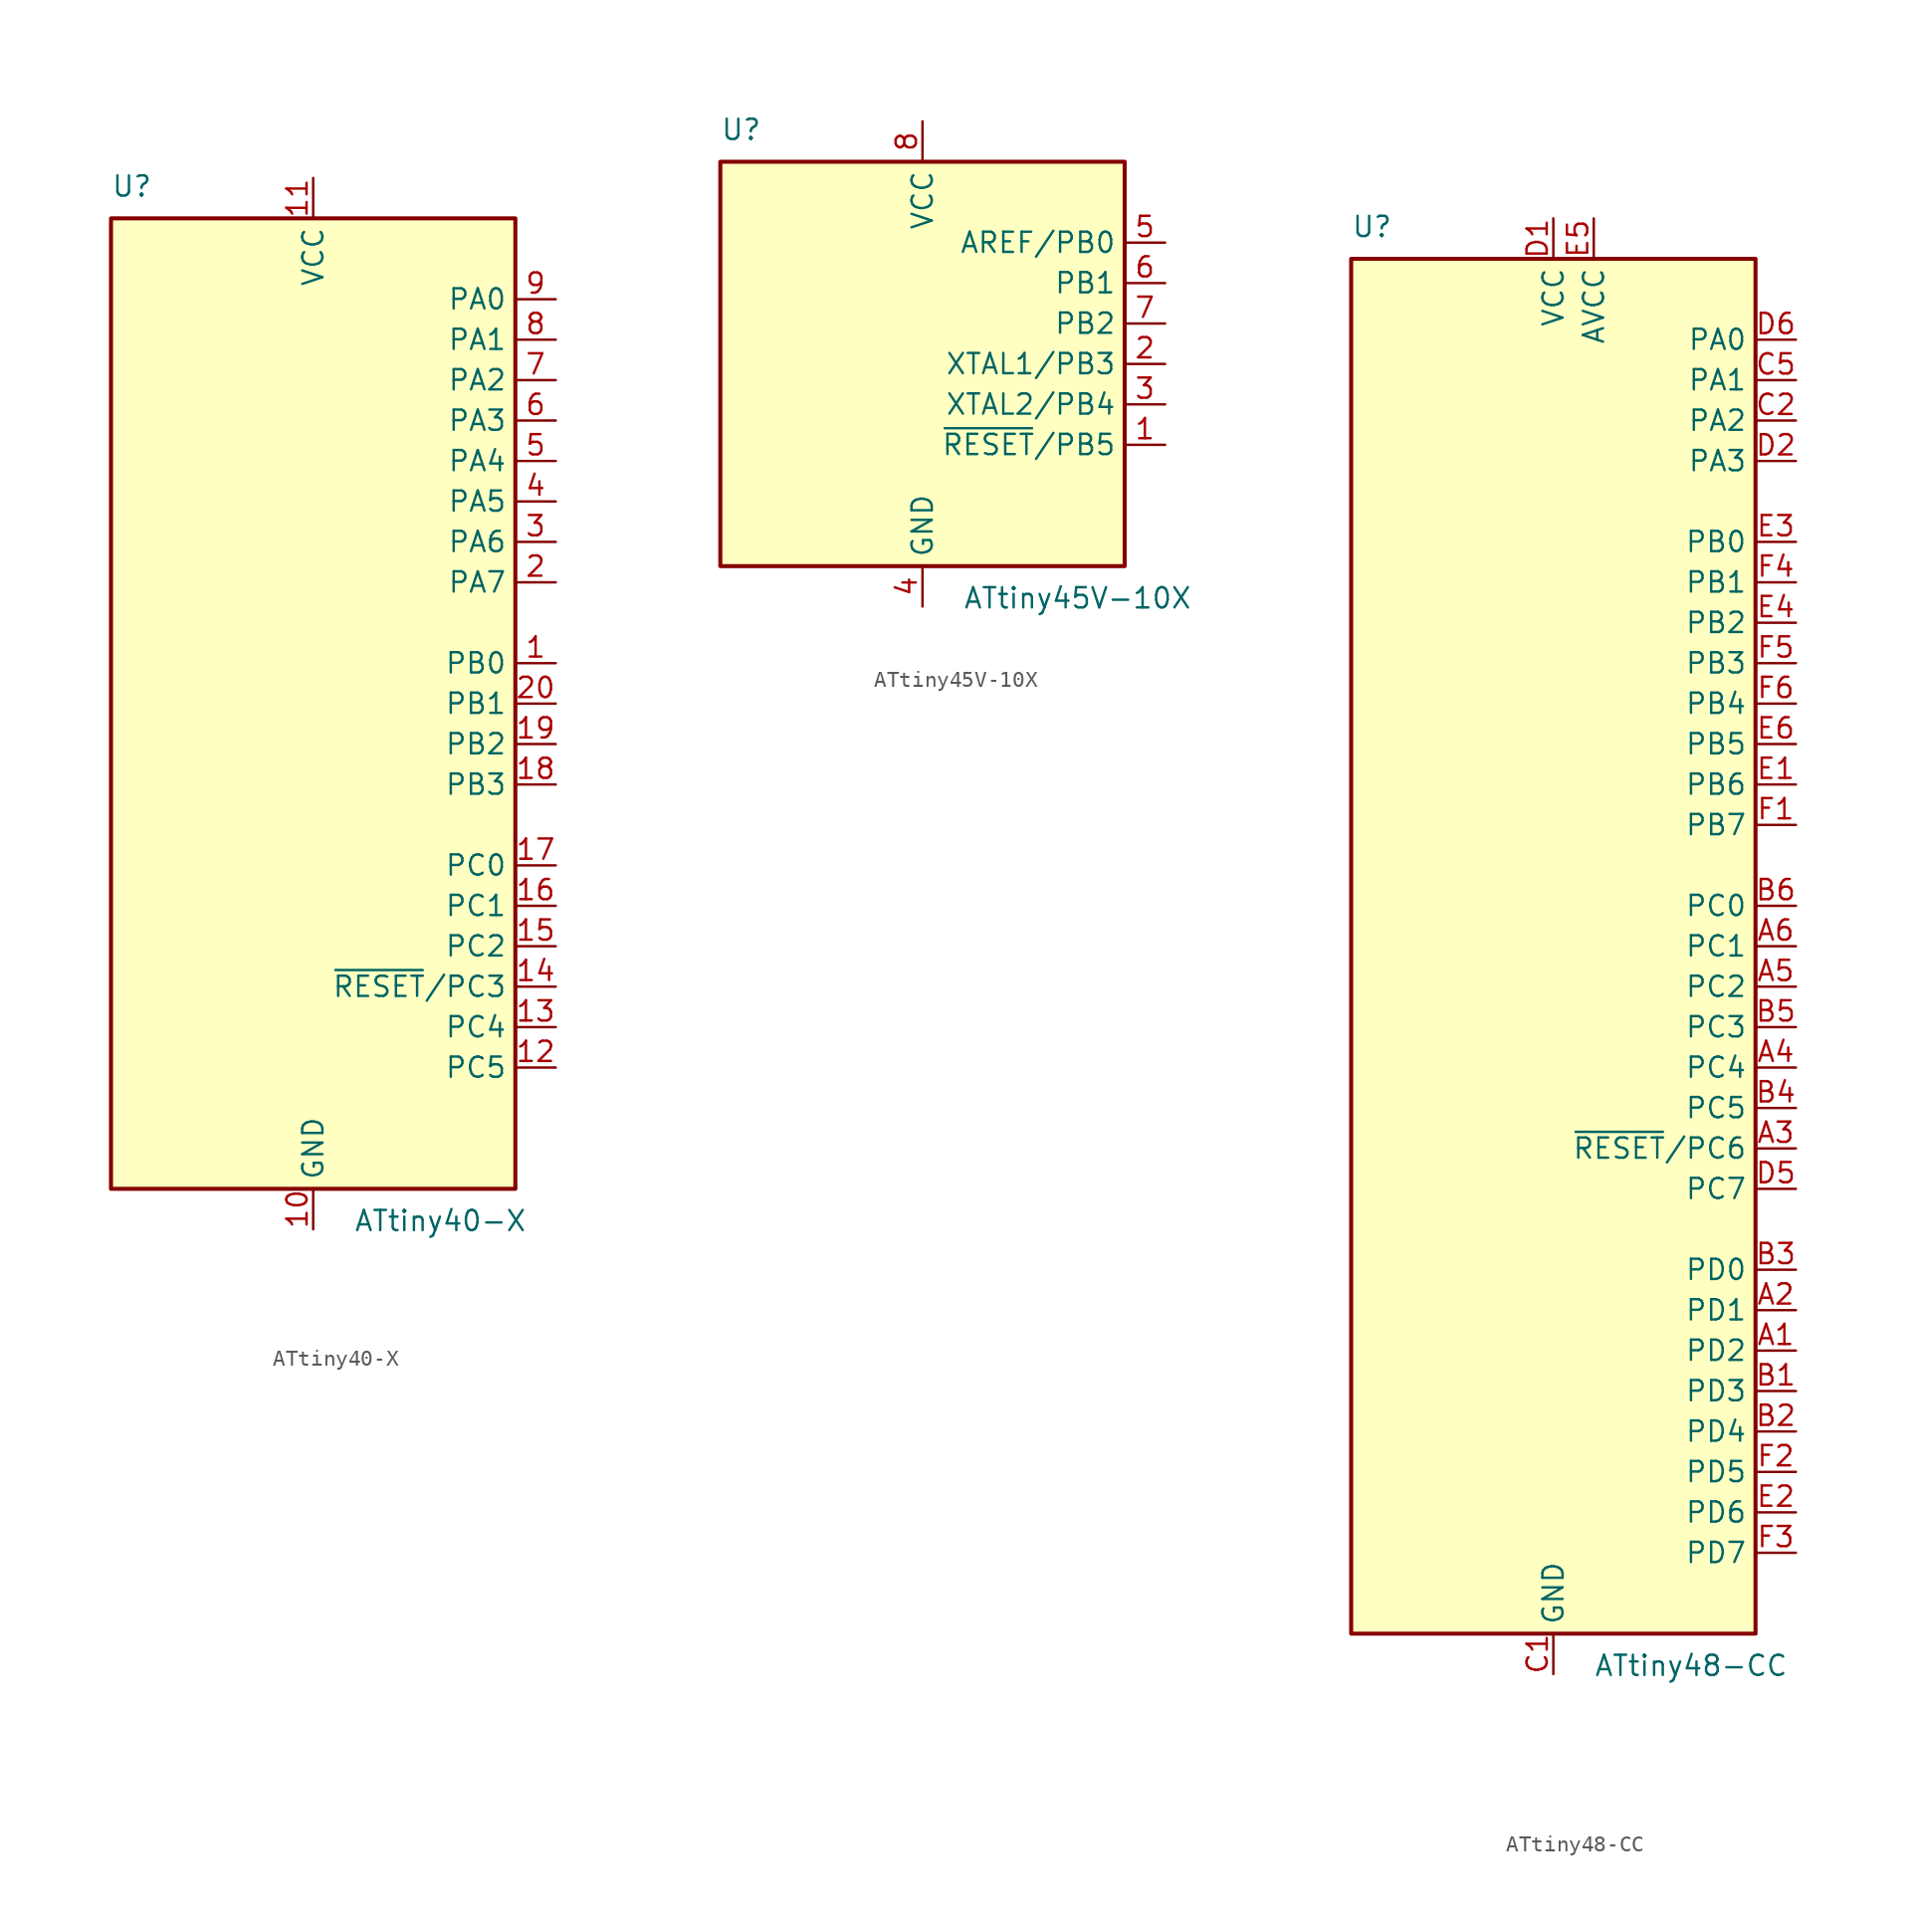
<source format=kicad_sym>
(kicad_symbol_lib
  (version 20241209)
  (generator "kicad_symbol_editor")
  (generator_version "9.0")
  (symbol "ATtiny40-X"
    (property "Reference" "U"
      (at -12.7 31.75 0)
      (effects (font (size 1.27 1.27)) (justify left bottom)))
    (property "Value" "ATtiny40-X"
      (at 2.54 -31.75 0)
      (effects (font (size 1.27 1.27)) (justify left top)))
    (symbol "ATtiny40-X_0_1"
      (rectangle (start -12.7 -30.48) (end 12.7 30.48) (stroke (width 0.254) (type default)) (fill (type background))))
    (symbol "ATtiny40-X_1_1"
      (pin power_in line (at 0 33.02 270) (length 2.54) (name "VCC" (effects (font (size 1.27 1.27)))) (number "11" (effects (font (size 1.27 1.27)))))
      (pin power_in line (at 0 -33.02 90) (length 2.54) (name "GND" (effects (font (size 1.27 1.27)))) (number "10" (effects (font (size 1.27 1.27)))))
      (pin bidirectional line (at 15.24 25.4 180) (length 2.54) (name "PA0" (effects (font (size 1.27 1.27)))) (number "9" (effects (font (size 1.27 1.27)))))
      (pin bidirectional line (at 15.24 22.86 180) (length 2.54) (name "PA1" (effects (font (size 1.27 1.27)))) (number "8" (effects (font (size 1.27 1.27)))))
      (pin bidirectional line (at 15.24 20.32 180) (length 2.54) (name "PA2" (effects (font (size 1.27 1.27)))) (number "7" (effects (font (size 1.27 1.27)))))
      (pin bidirectional line (at 15.24 17.78 180) (length 2.54) (name "PA3" (effects (font (size 1.27 1.27)))) (number "6" (effects (font (size 1.27 1.27)))))
      (pin bidirectional line (at 15.24 15.24 180) (length 2.54) (name "PA4" (effects (font (size 1.27 1.27)))) (number "5" (effects (font (size 1.27 1.27)))))
      (pin bidirectional line (at 15.24 12.7 180) (length 2.54) (name "PA5" (effects (font (size 1.27 1.27)))) (number "4" (effects (font (size 1.27 1.27)))))
      (pin bidirectional line (at 15.24 10.16 180) (length 2.54) (name "PA6" (effects (font (size 1.27 1.27)))) (number "3" (effects (font (size 1.27 1.27)))))
      (pin bidirectional line (at 15.24 7.62 180) (length 2.54) (name "PA7" (effects (font (size 1.27 1.27)))) (number "2" (effects (font (size 1.27 1.27)))))
      (pin bidirectional line (at 15.24 2.54 180) (length 2.54) (name "PB0" (effects (font (size 1.27 1.27)))) (number "1" (effects (font (size 1.27 1.27)))))
      (pin bidirectional line (at 15.24 0 180) (length 2.54) (name "PB1" (effects (font (size 1.27 1.27)))) (number "20" (effects (font (size 1.27 1.27)))))
      (pin bidirectional line (at 15.24 -2.54 180) (length 2.54) (name "PB2" (effects (font (size 1.27 1.27)))) (number "19" (effects (font (size 1.27 1.27)))))
      (pin bidirectional line (at 15.24 -5.08 180) (length 2.54) (name "PB3" (effects (font (size 1.27 1.27)))) (number "18" (effects (font (size 1.27 1.27)))))
      (pin bidirectional line (at 15.24 -10.16 180) (length 2.54) (name "PC0" (effects (font (size 1.27 1.27)))) (number "17" (effects (font (size 1.27 1.27)))))
      (pin bidirectional line (at 15.24 -12.7 180) (length 2.54) (name "PC1" (effects (font (size 1.27 1.27)))) (number "16" (effects (font (size 1.27 1.27)))))
      (pin bidirectional line (at 15.24 -15.24 180) (length 2.54) (name "PC2" (effects (font (size 1.27 1.27)))) (number "15" (effects (font (size 1.27 1.27)))))
      (pin bidirectional line (at 15.24 -17.78 180) (length 2.54) (name "~{RESET}/PC3" (effects (font (size 1.27 1.27)))) (number "14" (effects (font (size 1.27 1.27)))))
      (pin bidirectional line (at 15.24 -20.32 180) (length 2.54) (name "PC4" (effects (font (size 1.27 1.27)))) (number "13" (effects (font (size 1.27 1.27)))))
      (pin bidirectional line (at 15.24 -22.86 180) (length 2.54) (name "PC5" (effects (font (size 1.27 1.27)))) (number "12" (effects (font (size 1.27 1.27)))))))
  (symbol "ATtiny45V-10X"
    (property "Reference" "U"
      (at -12.7 13.97 0)
      (effects (font (size 1.27 1.27)) (justify left bottom)))
    (property "Value" "ATtiny45V-10X"
      (at 2.54 -13.97 0)
      (effects (font (size 1.27 1.27)) (justify left top)))
    (symbol "ATtiny45V-10X_0_1"
      (rectangle (start -12.7 -12.7) (end 12.7 12.7) (stroke (width 0.254) (type default)) (fill (type background))))
    (symbol "ATtiny45V-10X_1_1"
      (pin power_in line (at 0 15.24 270) (length 2.54) (name "VCC" (effects (font (size 1.27 1.27)))) (number "8" (effects (font (size 1.27 1.27)))))
      (pin power_in line (at 0 -15.24 90) (length 2.54) (name "GND" (effects (font (size 1.27 1.27)))) (number "4" (effects (font (size 1.27 1.27)))))
      (pin bidirectional line (at 15.24 7.62 180) (length 2.54) (name "AREF/PB0" (effects (font (size 1.27 1.27)))) (number "5" (effects (font (size 1.27 1.27)))))
      (pin bidirectional line (at 15.24 5.08 180) (length 2.54) (name "PB1" (effects (font (size 1.27 1.27)))) (number "6" (effects (font (size 1.27 1.27)))))
      (pin bidirectional line (at 15.24 2.54 180) (length 2.54) (name "PB2" (effects (font (size 1.27 1.27)))) (number "7" (effects (font (size 1.27 1.27)))))
      (pin bidirectional line (at 15.24 0 180) (length 2.54) (name "XTAL1/PB3" (effects (font (size 1.27 1.27)))) (number "2" (effects (font (size 1.27 1.27)))))
      (pin bidirectional line (at 15.24 -2.54 180) (length 2.54) (name "XTAL2/PB4" (effects (font (size 1.27 1.27)))) (number "3" (effects (font (size 1.27 1.27)))))
      (pin bidirectional line (at 15.24 -5.08 180) (length 2.54) (name "~{RESET}/PB5" (effects (font (size 1.27 1.27)))) (number "1" (effects (font (size 1.27 1.27)))))))
  (symbol "ATtiny48-CC"
    (property "Reference" "U"
      (at -12.7 44.45 0)
      (effects (font (size 1.27 1.27)) (justify left bottom)))
    (property "Value" "ATtiny48-CC"
      (at 2.54 -44.45 0)
      (effects (font (size 1.27 1.27)) (justify left top)))
    (symbol "ATtiny48-CC_0_1"
      (rectangle (start -12.7 -43.18) (end 12.7 43.18) (stroke (width 0.254) (type default)) (fill (type background))))
    (symbol "ATtiny48-CC_1_1"
      (pin power_in line (at 0 45.72 270) (length 2.54) (name "VCC" (effects (font (size 1.27 1.27)))) (number "D1" (effects (font (size 1.27 1.27)))))
      (pin power_in line (at 0 -45.72 90) (length 2.54) (name "GND" (effects (font (size 1.27 1.27)))) (number "C1" (effects (font (size 1.27 1.27)))))
      (pin passive line (at 0 -45.72 90) (length 2.54) (hide yes) (name "GND" (effects (font (size 1.27 1.27)))) (number "C6" (effects (font (size 1.27 1.27)))))
      (pin power_in line (at 2.54 45.72 270) (length 2.54) (name "AVCC" (effects (font (size 1.27 1.27)))) (number "E5" (effects (font (size 1.27 1.27)))))
      (pin bidirectional line (at 15.24 38.1 180) (length 2.54) (name "PA0" (effects (font (size 1.27 1.27)))) (number "D6" (effects (font (size 1.27 1.27)))))
      (pin bidirectional line (at 15.24 35.56 180) (length 2.54) (name "PA1" (effects (font (size 1.27 1.27)))) (number "C5" (effects (font (size 1.27 1.27)))))
      (pin bidirectional line (at 15.24 33.02 180) (length 2.54) (name "PA2" (effects (font (size 1.27 1.27)))) (number "C2" (effects (font (size 1.27 1.27)))))
      (pin bidirectional line (at 15.24 30.48 180) (length 2.54) (name "PA3" (effects (font (size 1.27 1.27)))) (number "D2" (effects (font (size 1.27 1.27)))))
      (pin bidirectional line (at 15.24 25.4 180) (length 2.54) (name "PB0" (effects (font (size 1.27 1.27)))) (number "E3" (effects (font (size 1.27 1.27)))))
      (pin bidirectional line (at 15.24 22.86 180) (length 2.54) (name "PB1" (effects (font (size 1.27 1.27)))) (number "F4" (effects (font (size 1.27 1.27)))))
      (pin bidirectional line (at 15.24 20.32 180) (length 2.54) (name "PB2" (effects (font (size 1.27 1.27)))) (number "E4" (effects (font (size 1.27 1.27)))))
      (pin bidirectional line (at 15.24 17.78 180) (length 2.54) (name "PB3" (effects (font (size 1.27 1.27)))) (number "F5" (effects (font (size 1.27 1.27)))))
      (pin bidirectional line (at 15.24 15.24 180) (length 2.54) (name "PB4" (effects (font (size 1.27 1.27)))) (number "F6" (effects (font (size 1.27 1.27)))))
      (pin bidirectional line (at 15.24 12.7 180) (length 2.54) (name "PB5" (effects (font (size 1.27 1.27)))) (number "E6" (effects (font (size 1.27 1.27)))))
      (pin bidirectional line (at 15.24 10.16 180) (length 2.54) (name "PB6" (effects (font (size 1.27 1.27)))) (number "E1" (effects (font (size 1.27 1.27)))))
      (pin bidirectional line (at 15.24 7.62 180) (length 2.54) (name "PB7" (effects (font (size 1.27 1.27)))) (number "F1" (effects (font (size 1.27 1.27)))))
      (pin bidirectional line (at 15.24 2.54 180) (length 2.54) (name "PC0" (effects (font (size 1.27 1.27)))) (number "B6" (effects (font (size 1.27 1.27)))))
      (pin bidirectional line (at 15.24 0 180) (length 2.54) (name "PC1" (effects (font (size 1.27 1.27)))) (number "A6" (effects (font (size 1.27 1.27)))))
      (pin bidirectional line (at 15.24 -2.54 180) (length 2.54) (name "PC2" (effects (font (size 1.27 1.27)))) (number "A5" (effects (font (size 1.27 1.27)))))
      (pin bidirectional line (at 15.24 -5.08 180) (length 2.54) (name "PC3" (effects (font (size 1.27 1.27)))) (number "B5" (effects (font (size 1.27 1.27)))))
      (pin bidirectional line (at 15.24 -7.62 180) (length 2.54) (name "PC4" (effects (font (size 1.27 1.27)))) (number "A4" (effects (font (size 1.27 1.27)))))
      (pin bidirectional line (at 15.24 -10.16 180) (length 2.54) (name "PC5" (effects (font (size 1.27 1.27)))) (number "B4" (effects (font (size 1.27 1.27)))))
      (pin bidirectional line (at 15.24 -12.7 180) (length 2.54) (name "~{RESET}/PC6" (effects (font (size 1.27 1.27)))) (number "A3" (effects (font (size 1.27 1.27)))))
      (pin bidirectional line (at 15.24 -15.24 180) (length 2.54) (name "PC7" (effects (font (size 1.27 1.27)))) (number "D5" (effects (font (size 1.27 1.27)))))
      (pin bidirectional line (at 15.24 -20.32 180) (length 2.54) (name "PD0" (effects (font (size 1.27 1.27)))) (number "B3" (effects (font (size 1.27 1.27)))))
      (pin bidirectional line (at 15.24 -22.86 180) (length 2.54) (name "PD1" (effects (font (size 1.27 1.27)))) (number "A2" (effects (font (size 1.27 1.27)))))
      (pin bidirectional line (at 15.24 -25.4 180) (length 2.54) (name "PD2" (effects (font (size 1.27 1.27)))) (number "A1" (effects (font (size 1.27 1.27)))))
      (pin bidirectional line (at 15.24 -27.94 180) (length 2.54) (name "PD3" (effects (font (size 1.27 1.27)))) (number "B1" (effects (font (size 1.27 1.27)))))
      (pin bidirectional line (at 15.24 -30.48 180) (length 2.54) (name "PD4" (effects (font (size 1.27 1.27)))) (number "B2" (effects (font (size 1.27 1.27)))))
      (pin bidirectional line (at 15.24 -33.02 180) (length 2.54) (name "PD5" (effects (font (size 1.27 1.27)))) (number "F2" (effects (font (size 1.27 1.27)))))
      (pin bidirectional line (at 15.24 -35.56 180) (length 2.54) (name "PD6" (effects (font (size 1.27 1.27)))) (number "E2" (effects (font (size 1.27 1.27)))))
      (pin bidirectional line (at 15.24 -38.1 180) (length 2.54) (name "PD7" (effects (font (size 1.27 1.27)))) (number "F3" (effects (font (size 1.27 1.27))))))))
</source>
